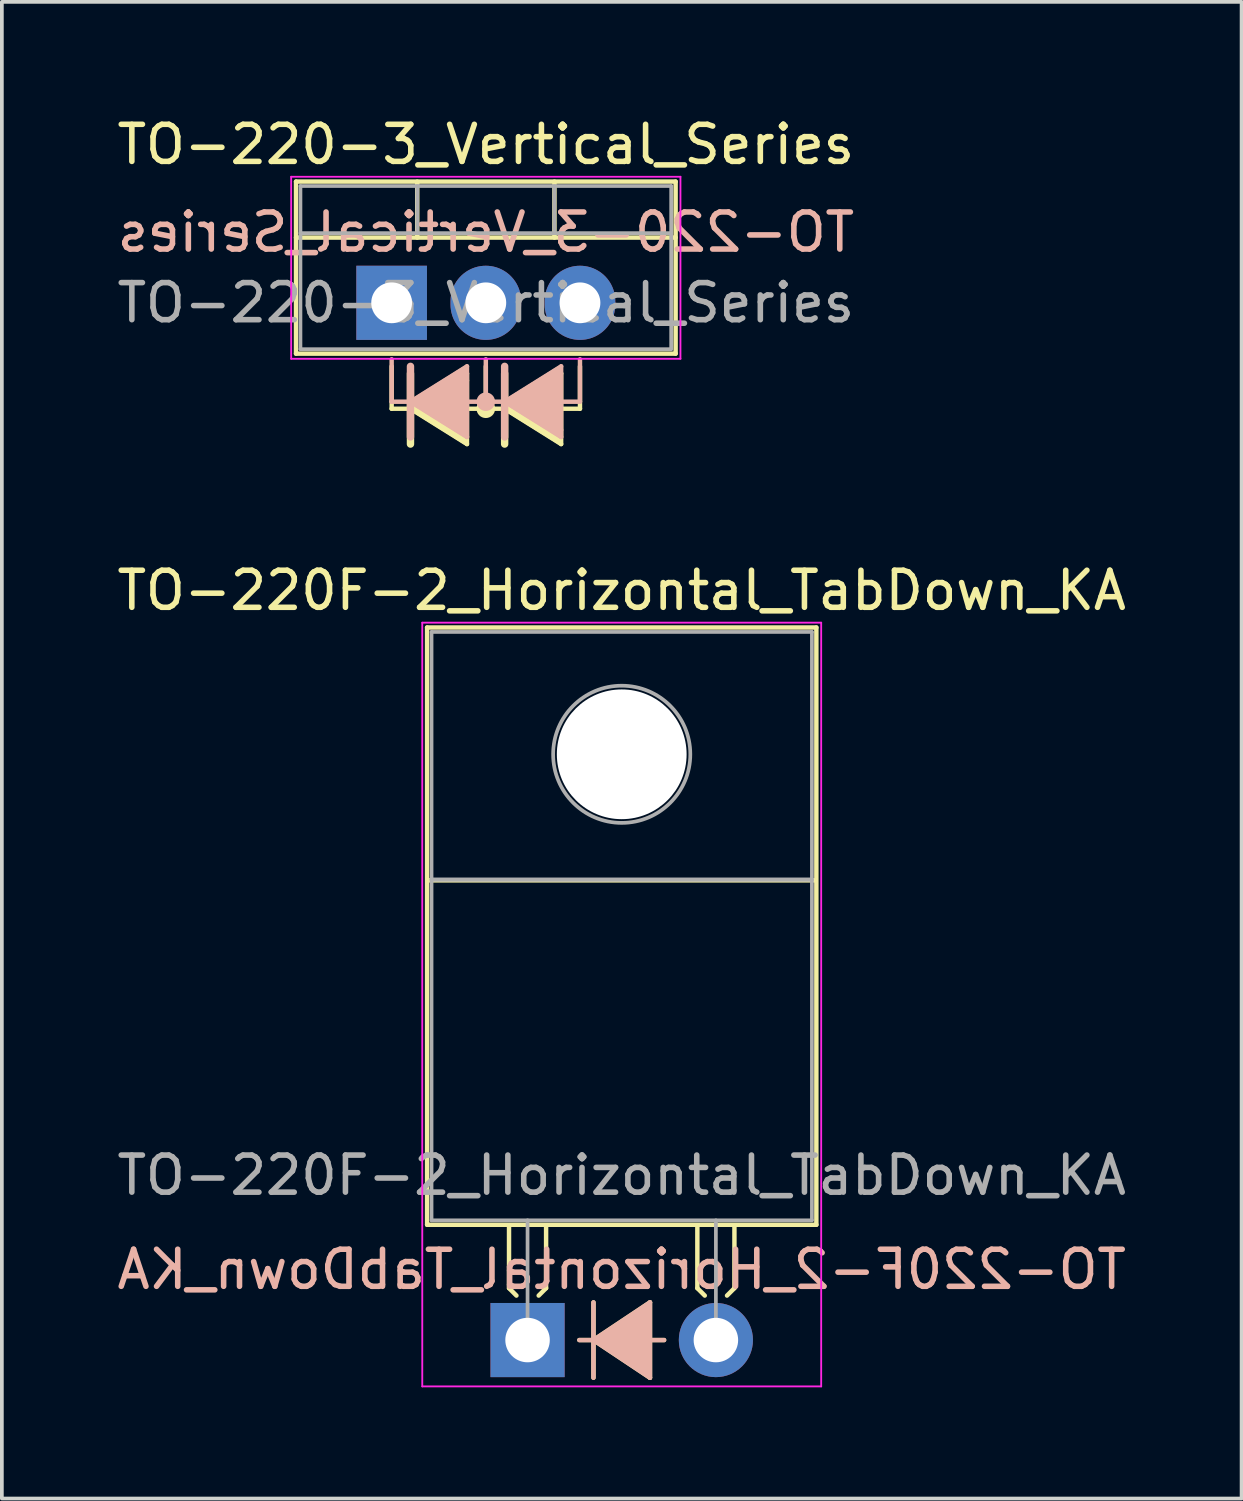
<source format=kicad_pcb>
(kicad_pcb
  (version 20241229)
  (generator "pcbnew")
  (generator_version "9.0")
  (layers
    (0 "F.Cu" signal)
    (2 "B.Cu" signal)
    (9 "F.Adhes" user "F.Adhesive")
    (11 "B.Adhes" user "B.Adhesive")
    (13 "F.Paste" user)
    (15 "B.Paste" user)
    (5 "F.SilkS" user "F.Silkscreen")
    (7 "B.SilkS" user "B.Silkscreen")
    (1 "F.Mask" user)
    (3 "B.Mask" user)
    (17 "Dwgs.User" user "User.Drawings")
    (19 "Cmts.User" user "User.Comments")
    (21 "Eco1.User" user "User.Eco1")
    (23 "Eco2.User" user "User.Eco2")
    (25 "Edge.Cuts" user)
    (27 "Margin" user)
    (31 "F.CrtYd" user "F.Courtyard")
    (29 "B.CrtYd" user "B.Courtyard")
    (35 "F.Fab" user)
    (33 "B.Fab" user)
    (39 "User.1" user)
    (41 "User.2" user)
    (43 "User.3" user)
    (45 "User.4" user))
  (footprint "TO-220F-2_Horizontal_TabDown_KA"
    (layer "F.Cu")
    (at 11.18 33.096)
    (property "Reference" "TO-220F-2_Horizontal_TabDown_KA" (at 2.54 -20.22 0) (layer "F.SilkS") (effects (font (size 1 1) (thickness 0.15))))
    (fp_line (start -2.71 -19.22) (end -2.71 -3.11) (stroke (width 0.12) (type solid)) (layer "F.SilkS"))
    (fp_line (start -2.71 -19.22) (end 7.79 -19.22) (stroke (width 0.12) (type solid)) (layer "F.SilkS"))
    (fp_line (start -2.71 -3.11) (end 7.79 -3.11) (stroke (width 0.12) (type solid)) (layer "F.SilkS"))
    (fp_line (start -2.7 -12.4) (end 7.75 -12.4) (stroke (width 0.12) (type solid)) (layer "F.SilkS"))
    (fp_line (start -0.5 -3.048) (end -0.5 -1.4) (stroke (width 0.12) (type solid)) (layer "F.SilkS"))
    (fp_line (start -0.5 -1.4) (end -0.3 -1.2) (stroke (width 0.12) (type solid)) (layer "F.SilkS"))
    (fp_line (start 0.5 -3.048) (end 0.5 -1.4) (stroke (width 0.12) (type solid)) (layer "F.SilkS"))
    (fp_line (start 0.5 -1.4) (end 0.3 -1.2) (stroke (width 0.12) (type solid)) (layer "F.SilkS"))
    (fp_line (start 1.397 0) (end 1.778 0) (stroke (width 0.12) (type solid)) (layer "F.SilkS"))
    (fp_line (start 1.778 0) (end 1.778 -1.016) (stroke (width 0.12) (type solid)) (layer "F.SilkS"))
    (fp_line (start 1.778 0) (end 1.778 1.016) (stroke (width 0.12) (type solid)) (layer "F.SilkS"))
    (fp_line (start 1.778 0) (end 3.302 1.016) (stroke (width 0.12) (type solid)) (layer "F.SilkS"))
    (fp_line (start 3.302 -1.016) (end 1.778 0) (stroke (width 0.12) (type solid)) (layer "F.SilkS"))
    (fp_line (start 3.302 0) (end 3.683 0) (stroke (width 0.12) (type solid)) (layer "F.SilkS"))
    (fp_line (start 3.302 1.016) (end 3.302 -1.016) (stroke (width 0.12) (type solid)) (layer "F.SilkS"))
    (fp_line (start 4.58 -3.048) (end 4.58 -1.4) (stroke (width 0.12) (type solid)) (layer "F.SilkS"))
    (fp_line (start 4.58 -1.4) (end 4.78 -1.2) (stroke (width 0.12) (type solid)) (layer "F.SilkS"))
    (fp_line (start 5.58 -3.048) (end 5.58 -1.4) (stroke (width 0.12) (type solid)) (layer "F.SilkS"))
    (fp_line (start 5.58 -1.4) (end 5.38 -1.2) (stroke (width 0.12) (type solid)) (layer "F.SilkS"))
    (fp_line (start 7.79 -19.22) (end 7.79 -3.11) (stroke (width 0.12) (type solid)) (layer "F.SilkS"))
    (fp_poly (pts (xy 3.3 1) (xy 1.8 0) (xy 3.3 -1)) (stroke (width 0.1) (type solid)) (fill yes) (layer "F.SilkS"))
    (fp_line (start 1.397 0) (end 1.778 0) (stroke (width 0.12) (type solid)) (layer "B.SilkS"))
    (fp_line (start 1.778 0) (end 1.778 -1.016) (stroke (width 0.12) (type solid)) (layer "B.SilkS"))
    (fp_line (start 1.778 0) (end 1.778 1.016) (stroke (width 0.12) (type solid)) (layer "B.SilkS"))
    (fp_line (start 1.778 0) (end 3.302 -1.016) (stroke (width 0.12) (type solid)) (layer "B.SilkS"))
    (fp_line (start 3.302 -1.016) (end 3.302 1.016) (stroke (width 0.12) (type solid)) (layer "B.SilkS"))
    (fp_line (start 3.302 0) (end 3.683 0) (stroke (width 0.12) (type solid)) (layer "B.SilkS"))
    (fp_line (start 3.302 1.016) (end 1.778 0) (stroke (width 0.12) (type solid)) (layer "B.SilkS"))
    (fp_poly (pts (xy 3.3 -1) (xy 1.8 0) (xy 3.3 1)) (stroke (width 0.1) (type solid)) (fill yes) (layer "B.SilkS"))
    (fp_line (start -2.84 -19.35) (end -2.84 1.25) (stroke (width 0.05) (type solid)) (layer "F.CrtYd"))
    (fp_line (start -2.84 1.25) (end 7.92 1.25) (stroke (width 0.05) (type solid)) (layer "F.CrtYd"))
    (fp_line (start 7.92 -19.35) (end -2.84 -19.35) (stroke (width 0.05) (type solid)) (layer "F.CrtYd"))
    (fp_line (start 7.92 1.25) (end 7.92 -19.35) (stroke (width 0.05) (type solid)) (layer "F.CrtYd"))
    (fp_line (start -2.59 -19.1) (end 7.67 -19.1) (stroke (width 0.1) (type solid)) (layer "F.Fab"))
    (fp_line (start -2.59 -12.42) (end -2.59 -19.1) (stroke (width 0.1) (type solid)) (layer "F.Fab"))
    (fp_line (start -2.59 -12.42) (end 7.67 -12.42) (stroke (width 0.1) (type solid)) (layer "F.Fab"))
    (fp_line (start -2.59 -3.23) (end -2.59 -12.42) (stroke (width 0.1) (type solid)) (layer "F.Fab"))
    (fp_line (start 0 -3.23) (end 0 0) (stroke (width 0.1) (type solid)) (layer "F.Fab"))
    (fp_line (start 5.08 -3.23) (end 5.08 0) (stroke (width 0.1) (type solid)) (layer "F.Fab"))
    (fp_line (start 7.67 -19.1) (end 7.67 -12.42) (stroke (width 0.1) (type solid)) (layer "F.Fab"))
    (fp_line (start 7.67 -12.42) (end -2.59 -12.42) (stroke (width 0.1) (type solid)) (layer "F.Fab"))
    (fp_line (start 7.67 -12.42) (end 7.67 -3.23) (stroke (width 0.1) (type solid)) (layer "F.Fab"))
    (fp_line (start 7.67 -3.23) (end -2.59 -3.23) (stroke (width 0.1) (type solid)) (layer "F.Fab"))
    (fp_circle (center 2.54 -15.8) (end 4.39 -15.8) (stroke (width 0.1) (type solid)) (fill no) (layer "F.Fab"))
    (fp_text user "${REFERENCE}" (at 2.54 -1.905 0) (layer "B.SilkS") (effects (font (size 1 1) (thickness 0.15)) (justify mirror)))
    (fp_text user "${REFERENCE}" (at 2.54 -4.445 0) (layer "F.Fab") (effects (font (size 1 1) (thickness 0.15))))
    (pad "" np_thru_hole oval (at 2.54 -15.8) (size 3.5 3.5) (drill 3.5) (layers "*.Cu" "*.Mask"))
    (pad "1" thru_hole rect (at 0 0) (size 2 2) (drill 1.2) (layers "*.Cu" "*.Mask"))
    (pad "2" thru_hole oval (at 5.08 0) (size 2 2) (drill 1.2) (layers "*.Cu" "*.Mask")))
  (footprint "TO-220-3_Vertical_Series"
    (layer "F.Cu")
    (at 7.514 5.118)
    (property "Reference" "TO-220-3_Vertical_Series" (at 2.54 -4.27 0) (layer "F.SilkS") (effects (font (size 1 1) (thickness 0.15))))
    (fp_line (start -2.58 -3.27) (end -2.58 1.371) (stroke (width 0.12) (type solid)) (layer "F.SilkS"))
    (fp_line (start -2.58 -3.27) (end 7.66 -3.27) (stroke (width 0.12) (type solid)) (layer "F.SilkS"))
    (fp_line (start -2.58 -1.76) (end 7.66 -1.76) (stroke (width 0.12) (type solid)) (layer "F.SilkS"))
    (fp_line (start -2.58 1.371) (end 7.66 1.371) (stroke (width 0.12) (type solid)) (layer "F.SilkS"))
    (fp_line (start 0 1.714) (end 0 2.857) (stroke (width 0.12) (type solid)) (layer "F.SilkS"))
    (fp_line (start 0 2.857) (end 0.508 2.857) (stroke (width 0.12) (type solid)) (layer "F.SilkS"))
    (fp_line (start 0.508 1.905) (end 0.508 3.81) (stroke (width 0.2) (type solid)) (layer "F.SilkS"))
    (fp_line (start 0.508 2.857) (end 2.032 1.905) (stroke (width 0.12) (type solid)) (layer "F.SilkS"))
    (fp_line (start 0.508 2.857) (end 2.032 3.81) (stroke (width 0.12) (type solid)) (layer "F.SilkS"))
    (fp_line (start 0.69 -3.27) (end 0.69 -1.76) (stroke (width 0.12) (type solid)) (layer "F.SilkS"))
    (fp_line (start 2.032 2.095) (end 2.032 1.905) (stroke (width 0.12) (type solid)) (layer "F.SilkS"))
    (fp_line (start 2.032 3.619) (end 2.032 2.095) (stroke (width 0.12) (type solid)) (layer "F.SilkS"))
    (fp_line (start 2.032 3.619) (end 2.032 3.81) (stroke (width 0.12) (type solid)) (layer "F.SilkS"))
    (fp_line (start 2.54 1.714) (end 2.54 2.857) (stroke (width 0.12) (type solid)) (layer "F.SilkS"))
    (fp_line (start 2.54 2.857) (end 2.032 2.857) (stroke (width 0.12) (type solid)) (layer "F.SilkS"))
    (fp_line (start 2.54 2.857) (end 3.048 2.857) (stroke (width 0.12) (type solid)) (layer "F.SilkS"))
    (fp_line (start 3.048 1.905) (end 3.048 3.81) (stroke (width 0.2) (type solid)) (layer "F.SilkS"))
    (fp_line (start 3.048 2.857) (end 4.572 3.81) (stroke (width 0.12) (type solid)) (layer "F.SilkS"))
    (fp_line (start 4.391 -3.27) (end 4.391 -1.76) (stroke (width 0.12) (type solid)) (layer "F.SilkS"))
    (fp_line (start 4.572 1.905) (end 3.048 2.857) (stroke (width 0.12) (type solid)) (layer "F.SilkS"))
    (fp_line (start 4.572 3.81) (end 4.572 1.905) (stroke (width 0.12) (type solid)) (layer "F.SilkS"))
    (fp_line (start 5.08 1.714) (end 5.08 2.857) (stroke (width 0.12) (type solid)) (layer "F.SilkS"))
    (fp_line (start 5.08 2.857) (end 4.572 2.857) (stroke (width 0.12) (type solid)) (layer "F.SilkS"))
    (fp_line (start 7.66 -3.27) (end 7.66 1.371) (stroke (width 0.12) (type solid)) (layer "F.SilkS"))
    (fp_circle (center 2.54 2.857) (end 2.54 2.921) (stroke (width 0.12) (type solid)) (fill no) (layer "F.SilkS"))
    (fp_circle (center 2.54 2.857) (end 2.54 2.985) (stroke (width 0.12) (type solid)) (fill no) (layer "F.SilkS"))
    (fp_circle (center 2.54 2.857) (end 2.54 3.048) (stroke (width 0.12) (type solid)) (fill no) (layer "F.SilkS"))
    (fp_poly (pts (xy 0.508 2.857) (xy 2.032 1.905) (xy 2.032 3.81)) (stroke (width 0.1) (type solid)) (fill yes) (layer "F.SilkS"))
    (fp_poly (pts (xy 4.572 3.81) (xy 3.048 2.857) (xy 4.572 1.905)) (stroke (width 0.1) (type solid)) (fill yes) (layer "F.SilkS"))
    (fp_line (start 0 1.524) (end 0 2.667) (stroke (width 0.12) (type solid)) (layer "B.SilkS"))
    (fp_line (start 0 2.667) (end 0.508 2.667) (stroke (width 0.12) (type solid)) (layer "B.SilkS"))
    (fp_line (start 0.508 2.667) (end 2.032 1.714) (stroke (width 0.12) (type solid)) (layer "B.SilkS"))
    (fp_line (start 0.508 3.619) (end 0.508 1.714) (stroke (width 0.2) (type solid)) (layer "B.SilkS"))
    (fp_line (start 2.032 1.714) (end 2.032 3.619) (stroke (width 0.12) (type solid)) (layer "B.SilkS"))
    (fp_line (start 2.032 3.619) (end 0.508 2.667) (stroke (width 0.12) (type solid)) (layer "B.SilkS"))
    (fp_line (start 2.54 1.524) (end 2.54 2.667) (stroke (width 0.12) (type solid)) (layer "B.SilkS"))
    (fp_line (start 2.54 2.667) (end 2.032 2.667) (stroke (width 0.12) (type solid)) (layer "B.SilkS"))
    (fp_line (start 2.54 2.667) (end 3.048 2.667) (stroke (width 0.12) (type solid)) (layer "B.SilkS"))
    (fp_line (start 3.048 2.667) (end 4.572 1.714) (stroke (width 0.12) (type solid)) (layer "B.SilkS"))
    (fp_line (start 3.048 2.667) (end 4.572 3.619) (stroke (width 0.12) (type solid)) (layer "B.SilkS"))
    (fp_line (start 3.048 3.619) (end 3.048 1.714) (stroke (width 0.2) (type solid)) (layer "B.SilkS"))
    (fp_line (start 4.572 1.714) (end 4.572 3.429) (stroke (width 0.12) (type solid)) (layer "B.SilkS"))
    (fp_line (start 4.572 3.429) (end 4.572 3.619) (stroke (width 0.12) (type solid)) (layer "B.SilkS"))
    (fp_line (start 5.08 1.524) (end 5.08 2.667) (stroke (width 0.12) (type solid)) (layer "B.SilkS"))
    (fp_line (start 5.08 2.667) (end 4.572 2.667) (stroke (width 0.12) (type solid)) (layer "B.SilkS"))
    (fp_circle (center 2.54 2.667) (end 2.54 2.731) (stroke (width 0.12) (type solid)) (fill no) (layer "B.SilkS"))
    (fp_circle (center 2.54 2.667) (end 2.54 2.794) (stroke (width 0.12) (type solid)) (fill no) (layer "B.SilkS"))
    (fp_circle (center 2.54 2.667) (end 2.54 2.857) (stroke (width 0.12) (type solid)) (fill no) (layer "B.SilkS"))
    (fp_poly (pts (xy 2.032 1.714) (xy 0.508 2.667) (xy 2.032 3.619)) (stroke (width 0.1) (type solid)) (fill yes) (layer "B.SilkS"))
    (fp_poly (pts (xy 3.048 2.667) (xy 4.572 3.619) (xy 4.572 1.714)) (stroke (width 0.1) (type solid)) (fill yes) (layer "B.SilkS"))
    (fp_line (start -2.71 -3.4) (end -2.71 1.51) (stroke (width 0.05) (type solid)) (layer "F.CrtYd"))
    (fp_line (start -2.71 1.51) (end 7.79 1.51) (stroke (width 0.05) (type solid)) (layer "F.CrtYd"))
    (fp_line (start 7.79 -3.4) (end -2.71 -3.4) (stroke (width 0.05) (type solid)) (layer "F.CrtYd"))
    (fp_line (start 7.79 1.51) (end 7.79 -3.4) (stroke (width 0.05) (type solid)) (layer "F.CrtYd"))
    (fp_line (start -2.46 -3.15) (end -2.46 1.25) (stroke (width 0.1) (type solid)) (layer "F.Fab"))
    (fp_line (start -2.46 -1.88) (end 7.54 -1.88) (stroke (width 0.1) (type solid)) (layer "F.Fab"))
    (fp_line (start -2.46 1.25) (end 7.54 1.25) (stroke (width 0.1) (type solid)) (layer "F.Fab"))
    (fp_line (start 0.69 -3.15) (end 0.69 -1.88) (stroke (width 0.1) (type solid)) (layer "F.Fab"))
    (fp_line (start 4.39 -3.15) (end 4.39 -1.88) (stroke (width 0.1) (type solid)) (layer "F.Fab"))
    (fp_line (start 7.54 -3.15) (end -2.46 -3.15) (stroke (width 0.1) (type solid)) (layer "F.Fab"))
    (fp_line (start 7.54 1.25) (end 7.54 -3.15) (stroke (width 0.1) (type solid)) (layer "F.Fab"))
    (fp_text user "${REFERENCE}" (at 2.54 -1.905 0) (layer "B.SilkS") (effects (font (size 1 1) (thickness 0.15)) (justify mirror)))
    (fp_text user "${REFERENCE}" (at 2.54 0 0) (layer "F.Fab") (effects (font (size 1 1) (thickness 0.15))))
    (pad "1" thru_hole rect (at 0 0) (size 1.905 2) (drill 1.1) (layers "*.Cu" "*.Mask"))
    (pad "2" thru_hole oval (at 2.54 0) (size 1.905 2) (drill 1.1) (layers "*.Cu" "*.Mask"))
    (pad "3" thru_hole oval (at 5.08 0) (size 1.905 2) (drill 1.1) (layers "*.Cu" "*.Mask")))
  (gr_rect
    (start -3 -3)
    (end 30.44 37.371)
    (stroke (width 0.1) (type default))
    (fill no)
    (layer "Edge.Cuts")))
</source>
